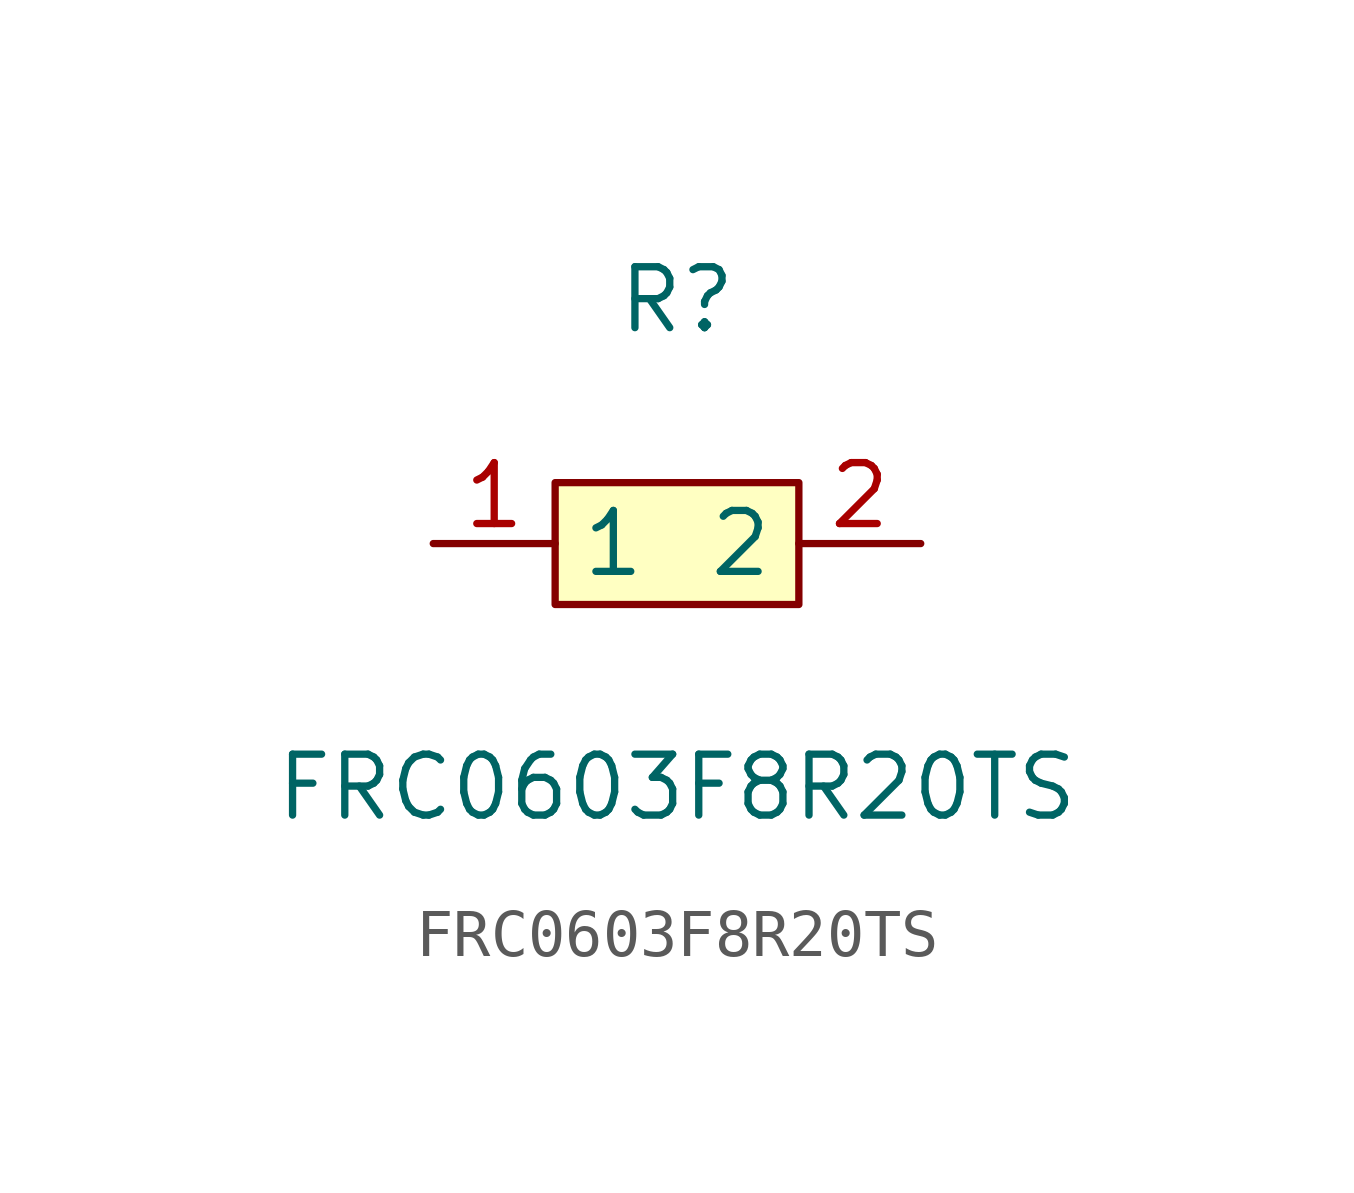
<source format=kicad_sym>
(kicad_symbol_lib
  (version 1)
  (generator "faebryk")
  (symbol "FRC0603F8R20TS"
    (property "Reference" "R"
      (at 0 5.08 0)
      (effects (font (size 1.27 1.27)) (hide no)))
    (property "Value" "FRC0603F8R20TS"
      (at 0 -5.08 0)
      (effects (font (size 1.27 1.27)) (hide no)))
    (symbol "FRC0603F8R20TS_0_1"
      (rectangle (start -2.54 1.27) (end 2.54 -1.27) (stroke (width 0) (type default) (color 0 0 0 0)) (fill (type background)))
      (pin unspecified line (at 5.08 0 180) (length 2.54) (name "2" (effects (font (size 1.27 1.27)) (hide no))) (number "2" (effects (font (size 1.27 1.27)) (hide no))))
      (pin unspecified line (at -5.08 0 0) (length 2.54) (name "1" (effects (font (size 1.27 1.27)) (hide no))) (number "1" (effects (font (size 1.27 1.27)) (hide no)))))))
</source>
